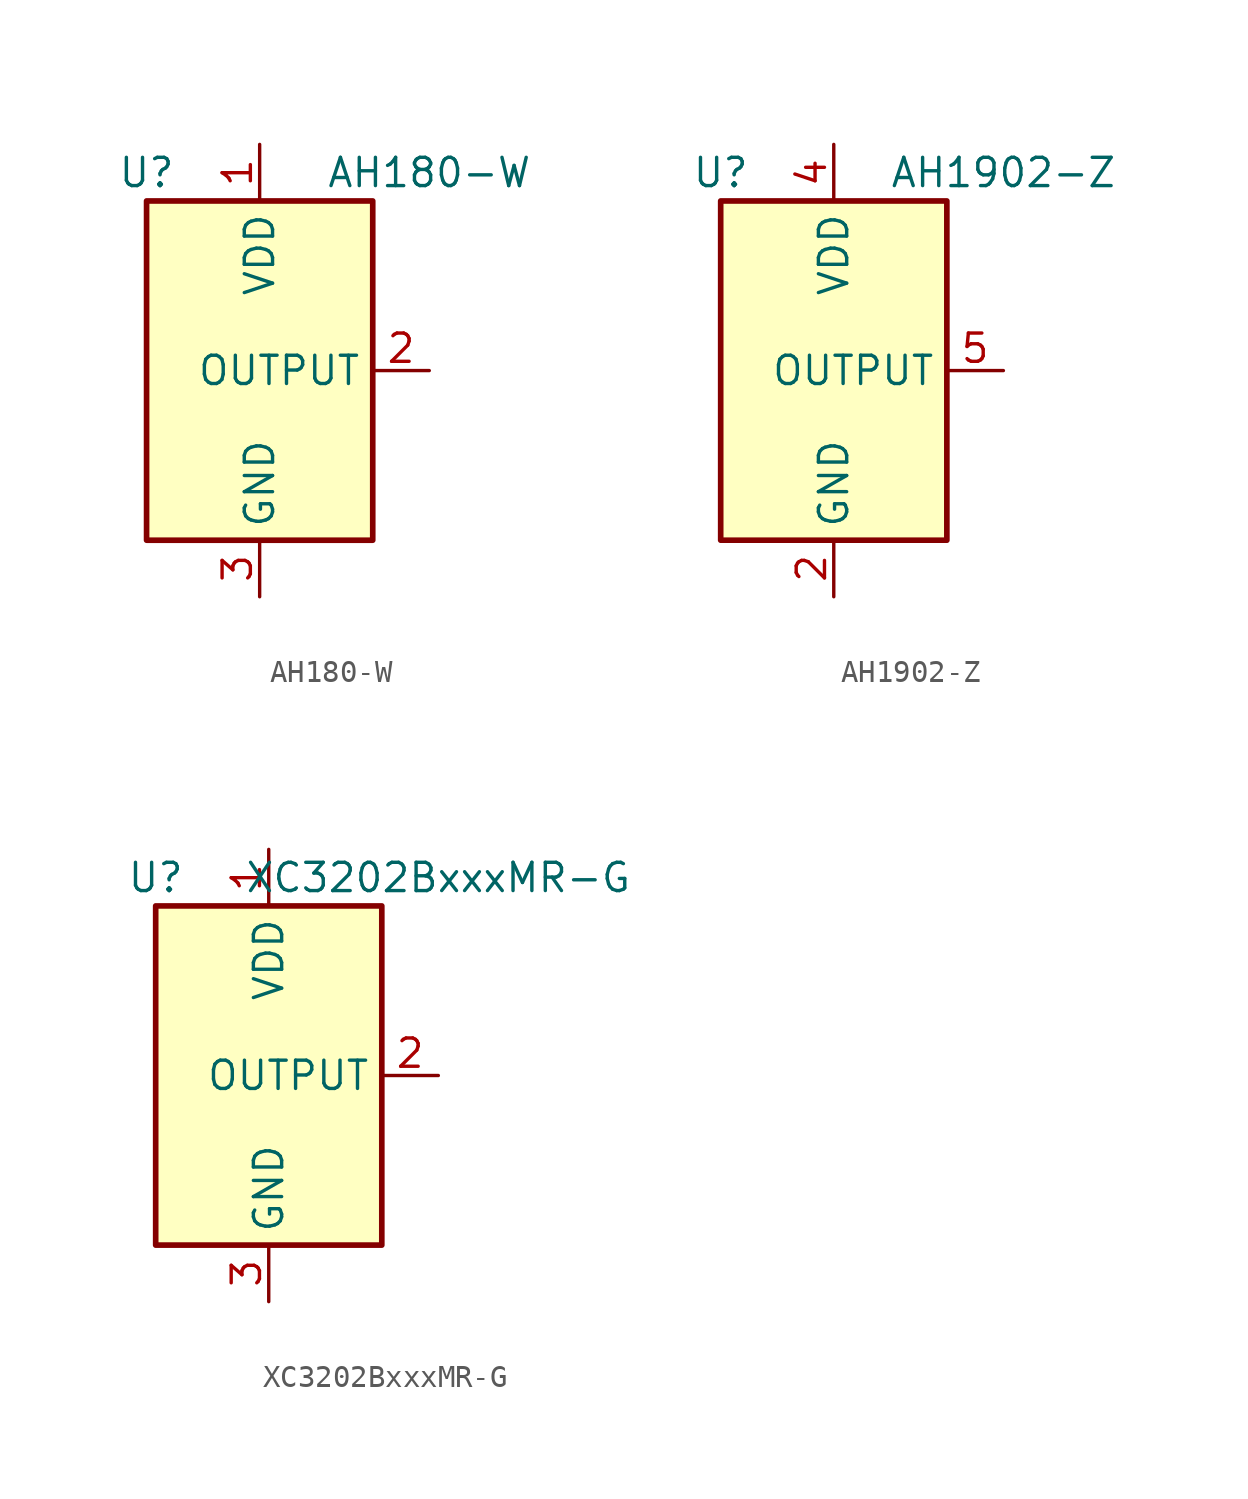
<source format=kicad_sym>
(kicad_symbol_lib
  (version 20211014)
  (generator kicad_symbol_editor)
  (symbol "AH180-W"
    (property "Reference" "U"
      (at -5.08 8.89 0)
      (effects (font (size 1.27 1.27))))
    (property "Value" "AH180-W"
      (at 7.62 8.89 0)
      (effects (font (size 1.27 1.27))))
    (symbol "AH180-W_0_1"
      (rectangle (start 5.08 7.62) (end -5.08 -7.62) (stroke (width 0.254) (type default) (color 0 0 0 0)) (fill (type background))))
    (symbol "AH180-W_1_1"
      (pin power_in line (at 0 10.16 270) (length 2.54) (name "VDD" (effects (font (size 1.27 1.27)))) (number "1" (effects (font (size 1.27 1.27)))))
      (pin open_collector line (at 7.62 0 180) (length 2.54) (name "OUTPUT" (effects (font (size 1.27 1.27)))) (number "2" (effects (font (size 1.27 1.27)))))
      (pin power_in line (at 0 -10.16 90) (length 2.54) (name "GND" (effects (font (size 1.27 1.27)))) (number "3" (effects (font (size 1.27 1.27)))))))
  (symbol "AH1902-Z"
    (property "Reference" "U"
      (at -5.08 8.89 0)
      (effects (font (size 1.27 1.27))))
    (property "Value" "AH1902-Z"
      (at 7.62 8.89 0)
      (effects (font (size 1.27 1.27))))
    (symbol "AH1902-Z_0_1"
      (rectangle (start 5.08 7.62) (end -5.08 -7.62) (stroke (width 0.254) (type default) (color 0 0 0 0)) (fill (type background))))
    (symbol "AH1902-Z_1_1"
      (pin no_connect line (at 5.08 2.54 180) (length 2.54) hide (name "NC" (effects (font (size 1.27 1.27)))) (number "1" (effects (font (size 1.27 1.27)))))
      (pin power_in line (at 0 -10.16 90) (length 2.54) (name "GND" (effects (font (size 1.27 1.27)))) (number "2" (effects (font (size 1.27 1.27)))))
      (pin no_connect line (at 5.08 -2.54 180) (length 2.54) hide (name "NC" (effects (font (size 1.27 1.27)))) (number "3" (effects (font (size 1.27 1.27)))))
      (pin power_in line (at 0 10.16 270) (length 2.54) (name "VDD" (effects (font (size 1.27 1.27)))) (number "4" (effects (font (size 1.27 1.27)))))
      (pin open_collector line (at 7.62 0 180) (length 2.54) (name "OUTPUT" (effects (font (size 1.27 1.27)))) (number "5" (effects (font (size 1.27 1.27)))))))
  (symbol "XC3202BxxxMR-G"
    (property "Reference" "U"
      (at -5.08 8.89 0)
      (effects (font (size 1.27 1.27))))
    (property "Value" "XC3202BxxxMR-G"
      (at 7.62 8.89 0)
      (effects (font (size 1.27 1.27))))
    (symbol "XC3202BxxxMR-G_0_1"
      (rectangle (start 5.08 7.62) (end -5.08 -7.62) (stroke (width 0.254) (type default) (color 0 0 0 0)) (fill (type background))))
    (symbol "XC3202BxxxMR-G_1_1"
      (pin power_in line (at 0 10.16 270) (length 2.54) (name "VDD" (effects (font (size 1.27 1.27)))) (number "1" (effects (font (size 1.27 1.27)))))
      (pin open_collector line (at 7.62 0 180) (length 2.54) (name "OUTPUT" (effects (font (size 1.27 1.27)))) (number "2" (effects (font (size 1.27 1.27)))))
      (pin power_in line (at 0 -10.16 90) (length 2.54) (name "GND" (effects (font (size 1.27 1.27)))) (number "3" (effects (font (size 1.27 1.27))))))))
</source>
